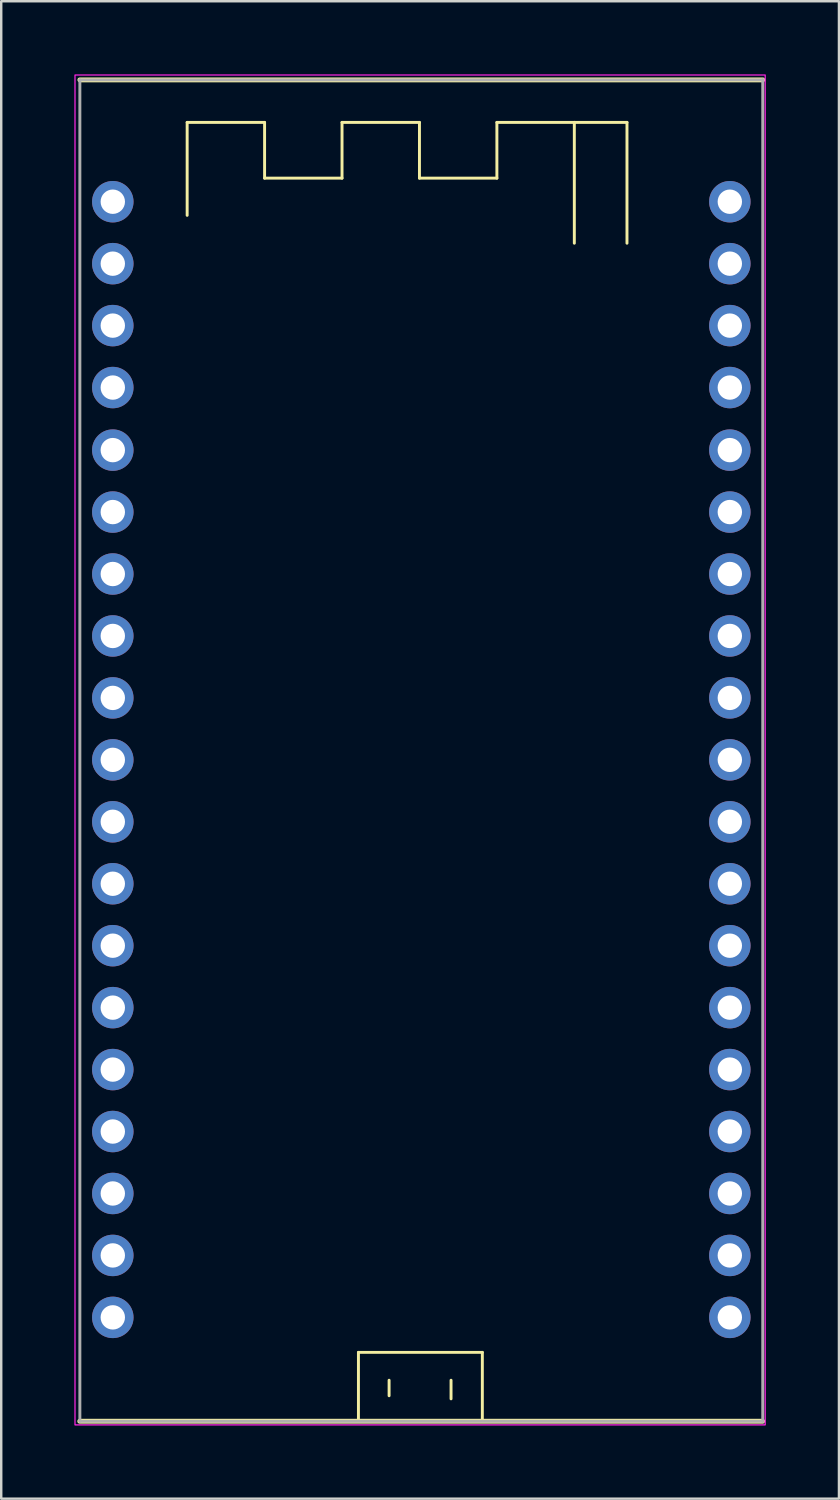
<source format=kicad_pcb>
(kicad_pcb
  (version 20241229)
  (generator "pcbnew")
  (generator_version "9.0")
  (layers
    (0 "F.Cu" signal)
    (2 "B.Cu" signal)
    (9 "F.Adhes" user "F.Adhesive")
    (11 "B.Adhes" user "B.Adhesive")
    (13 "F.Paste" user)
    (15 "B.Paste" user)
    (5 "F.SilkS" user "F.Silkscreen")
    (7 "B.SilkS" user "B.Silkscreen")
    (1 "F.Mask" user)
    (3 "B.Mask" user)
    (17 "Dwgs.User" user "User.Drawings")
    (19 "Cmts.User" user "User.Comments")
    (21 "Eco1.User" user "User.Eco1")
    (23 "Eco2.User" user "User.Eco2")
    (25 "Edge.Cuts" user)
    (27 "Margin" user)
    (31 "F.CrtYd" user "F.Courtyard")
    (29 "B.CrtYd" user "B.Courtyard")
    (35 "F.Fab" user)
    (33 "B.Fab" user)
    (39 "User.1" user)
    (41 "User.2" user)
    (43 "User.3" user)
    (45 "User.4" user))
  (footprint "ESP32-DevKitC"
    (layer "F.Cu")
    (at 14.225 27.725)
    (property "Reference" "ESP32-DevKitC" (at 0 29.248 0) (layer "User.7") (effects (font (size 1 1) (thickness 0.15))))
    (attr through_hole)
    (fp_line (start -14.005 27.5) (end 13.995 27.5) (stroke (width 0.2) (type solid)) (layer "F.SilkS"))
    (fp_line (start -14 -27.5) (end 14 -27.5) (stroke (width 0.2) (type solid)) (layer "F.SilkS"))
    (fp_line (start -9.601 -25.756) (end -9.601 -21.946) (stroke (width 0.12) (type solid)) (layer "F.SilkS"))
    (fp_line (start -6.426 -25.756) (end -9.601 -25.756) (stroke (width 0.12) (type solid)) (layer "F.SilkS"))
    (fp_line (start -6.426 -23.47) (end -6.426 -25.756) (stroke (width 0.12) (type solid)) (layer "F.SilkS"))
    (fp_line (start -3.251 -25.756) (end -3.251 -23.47) (stroke (width 0.12) (type solid)) (layer "F.SilkS"))
    (fp_line (start -3.251 -23.47) (end -6.426 -23.47) (stroke (width 0.12) (type solid)) (layer "F.SilkS"))
    (fp_line (start -2.578 24.676) (end -2.578 27.508) (stroke (width 0.12) (type solid)) (layer "F.SilkS"))
    (fp_line (start -1.321 25.819) (end -1.321 26.454) (stroke (width 0.12) (type solid)) (layer "F.SilkS"))
    (fp_line (start -0.076 -25.756) (end -3.251 -25.756) (stroke (width 0.12) (type solid)) (layer "F.SilkS"))
    (fp_line (start -0.076 -23.47) (end -0.076 -25.756) (stroke (width 0.12) (type solid)) (layer "F.SilkS"))
    (fp_line (start 1.219 25.819) (end 1.219 26.581) (stroke (width 0.12) (type solid)) (layer "F.SilkS"))
    (fp_line (start 2.502 24.676) (end -2.578 24.676) (stroke (width 0.12) (type solid)) (layer "F.SilkS"))
    (fp_line (start 2.502 27.508) (end 2.502 24.676) (stroke (width 0.12) (type solid)) (layer "F.SilkS"))
    (fp_line (start 3.099 -25.756) (end 3.099 -23.47) (stroke (width 0.12) (type solid)) (layer "F.SilkS"))
    (fp_line (start 3.099 -23.47) (end -0.076 -23.47) (stroke (width 0.12) (type solid)) (layer "F.SilkS"))
    (fp_line (start 6.274 -25.756) (end 3.099 -25.756) (stroke (width 0.12) (type solid)) (layer "F.SilkS"))
    (fp_line (start 6.274 -25.756) (end 6.274 -20.803) (stroke (width 0.12) (type solid)) (layer "F.SilkS"))
    (fp_line (start 8.433 -25.756) (end 6.274 -25.756) (stroke (width 0.12) (type solid)) (layer "F.SilkS"))
    (fp_line (start 8.433 -20.803) (end 8.433 -25.756) (stroke (width 0.12) (type solid)) (layer "F.SilkS"))
    (fp_rect (start -14.2 -27.7) (end 14.1 27.65) (stroke (width 0.05) (type default)) (fill no) (layer "F.CrtYd"))
    (fp_line (start -14 27.5) (end -14 -27.5) (stroke (width 0.12) (type solid)) (layer "F.Fab"))
    (fp_line (start 14 -27.5) (end -14 -27.5) (stroke (width 0.12) (type solid)) (layer "F.Fab"))
    (fp_line (start 14 27.5) (end -14 27.5) (stroke (width 0.12) (type solid)) (layer "F.Fab"))
    (fp_line (start 14 27.5) (end 14 -27.5) (stroke (width 0.12) (type solid)) (layer "F.Fab"))
    (pad "1" thru_hole circle (at -12.65 -22.504) (size 1.7 1.7) (drill 1) (layers "*.Cu" "*.Mask"))
    (pad "2" thru_hole circle (at -12.65 -19.964) (size 1.7 1.7) (drill 1) (layers "*.Cu" "*.Mask"))
    (pad "3" thru_hole circle (at -12.65 -17.424) (size 1.7 1.7) (drill 1) (layers "*.Cu" "*.Mask"))
    (pad "4" thru_hole circle (at -12.65 -14.884) (size 1.7 1.7) (drill 1) (layers "*.Cu" "*.Mask"))
    (pad "5" thru_hole circle (at -12.65 -12.319) (size 1.7 1.7) (drill 1) (layers "*.Cu" "*.Mask"))
    (pad "6" thru_hole circle (at -12.65 -9.779) (size 1.7 1.7) (drill 1) (layers "*.Cu" "*.Mask"))
    (pad "7" thru_hole circle (at -12.65 -7.239) (size 1.7 1.7) (drill 1) (layers "*.Cu" "*.Mask"))
    (pad "8" thru_hole circle (at -12.65 -4.699) (size 1.7 1.7) (drill 1) (layers "*.Cu" "*.Mask"))
    (pad "9" thru_hole circle (at -12.65 -2.159) (size 1.7 1.7) (drill 1) (layers "*.Cu" "*.Mask"))
    (pad "10" thru_hole circle (at -12.65 0.381) (size 1.7 1.7) (drill 1) (layers "*.Cu" "*.Mask"))
    (pad "11" thru_hole circle (at -12.65 2.921) (size 1.7 1.7) (drill 1) (layers "*.Cu" "*.Mask"))
    (pad "12" thru_hole circle (at -12.65 5.461) (size 1.7 1.7) (drill 1) (layers "*.Cu" "*.Mask"))
    (pad "13" thru_hole circle (at -12.65 8.001) (size 1.7 1.7) (drill 1) (layers "*.Cu" "*.Mask"))
    (pad "14" thru_hole circle (at -12.65 10.541) (size 1.7 1.7) (drill 1) (layers "*.Cu" "*.Mask"))
    (pad "15" thru_hole circle (at -12.65 13.081) (size 1.7 1.7) (drill 1) (layers "*.Cu" "*.Mask"))
    (pad "16" thru_hole circle (at -12.65 15.621) (size 1.7 1.7) (drill 1) (layers "*.Cu" "*.Mask"))
    (pad "17" thru_hole circle (at -12.65 18.161) (size 1.7 1.7) (drill 1) (layers "*.Cu" "*.Mask"))
    (pad "18" thru_hole circle (at -12.65 20.701) (size 1.7 1.7) (drill 1) (layers "*.Cu" "*.Mask"))
    (pad "19" thru_hole circle (at -12.65 23.241) (size 1.7 1.7) (drill 1) (layers "*.Cu" "*.Mask"))
    (pad "20" thru_hole circle (at 12.65 23.241) (size 1.7 1.7) (drill 1) (layers "*.Cu" "*.Mask"))
    (pad "21" thru_hole circle (at 12.65 20.701) (size 1.7 1.7) (drill 1) (layers "*.Cu" "*.Mask"))
    (pad "22" thru_hole circle (at 12.65 18.161) (size 1.7 1.7) (drill 1) (layers "*.Cu" "*.Mask"))
    (pad "23" thru_hole circle (at 12.65 15.621) (size 1.7 1.7) (drill 1) (layers "*.Cu" "*.Mask"))
    (pad "24" thru_hole circle (at 12.65 13.081) (size 1.7 1.7) (drill 1) (layers "*.Cu" "*.Mask"))
    (pad "25" thru_hole circle (at 12.65 10.541) (size 1.7 1.7) (drill 1) (layers "*.Cu" "*.Mask"))
    (pad "26" thru_hole circle (at 12.65 8.001) (size 1.7 1.7) (drill 1) (layers "*.Cu" "*.Mask"))
    (pad "27" thru_hole circle (at 12.65 5.461) (size 1.7 1.7) (drill 1) (layers "*.Cu" "*.Mask"))
    (pad "28" thru_hole circle (at 12.65 2.921) (size 1.7 1.7) (drill 1) (layers "*.Cu" "*.Mask"))
    (pad "29" thru_hole circle (at 12.65 0.381) (size 1.7 1.7) (drill 1) (layers "*.Cu" "*.Mask"))
    (pad "30" thru_hole circle (at 12.65 -2.159) (size 1.7 1.7) (drill 1) (layers "*.Cu" "*.Mask"))
    (pad "31" thru_hole circle (at 12.65 -4.699) (size 1.7 1.7) (drill 1) (layers "*.Cu" "*.Mask"))
    (pad "32" thru_hole circle (at 12.65 -7.239) (size 1.7 1.7) (drill 1) (layers "*.Cu" "*.Mask"))
    (pad "33" thru_hole circle (at 12.65 -9.779) (size 1.7 1.7) (drill 1) (layers "*.Cu" "*.Mask"))
    (pad "34" thru_hole circle (at 12.65 -12.319) (size 1.7 1.7) (drill 1) (layers "*.Cu" "*.Mask"))
    (pad "35" thru_hole circle (at 12.65 -14.884) (size 1.7 1.7) (drill 1) (layers "*.Cu" "*.Mask"))
    (pad "36" thru_hole circle (at 12.65 -17.424) (size 1.7 1.7) (drill 1) (layers "*.Cu" "*.Mask"))
    (pad "37" thru_hole circle (at 12.65 -19.964) (size 1.7 1.7) (drill 1) (layers "*.Cu" "*.Mask"))
    (pad "38" thru_hole circle (at 12.65 -22.504) (size 1.7 1.7) (drill 1) (layers "*.Cu" "*.Mask")))
  (gr_rect
    (start -3 -3)
    (end 31.35 58.4)
    (stroke (width 0.1) (type default))
    (fill no)
    (layer "Edge.Cuts")))
</source>
